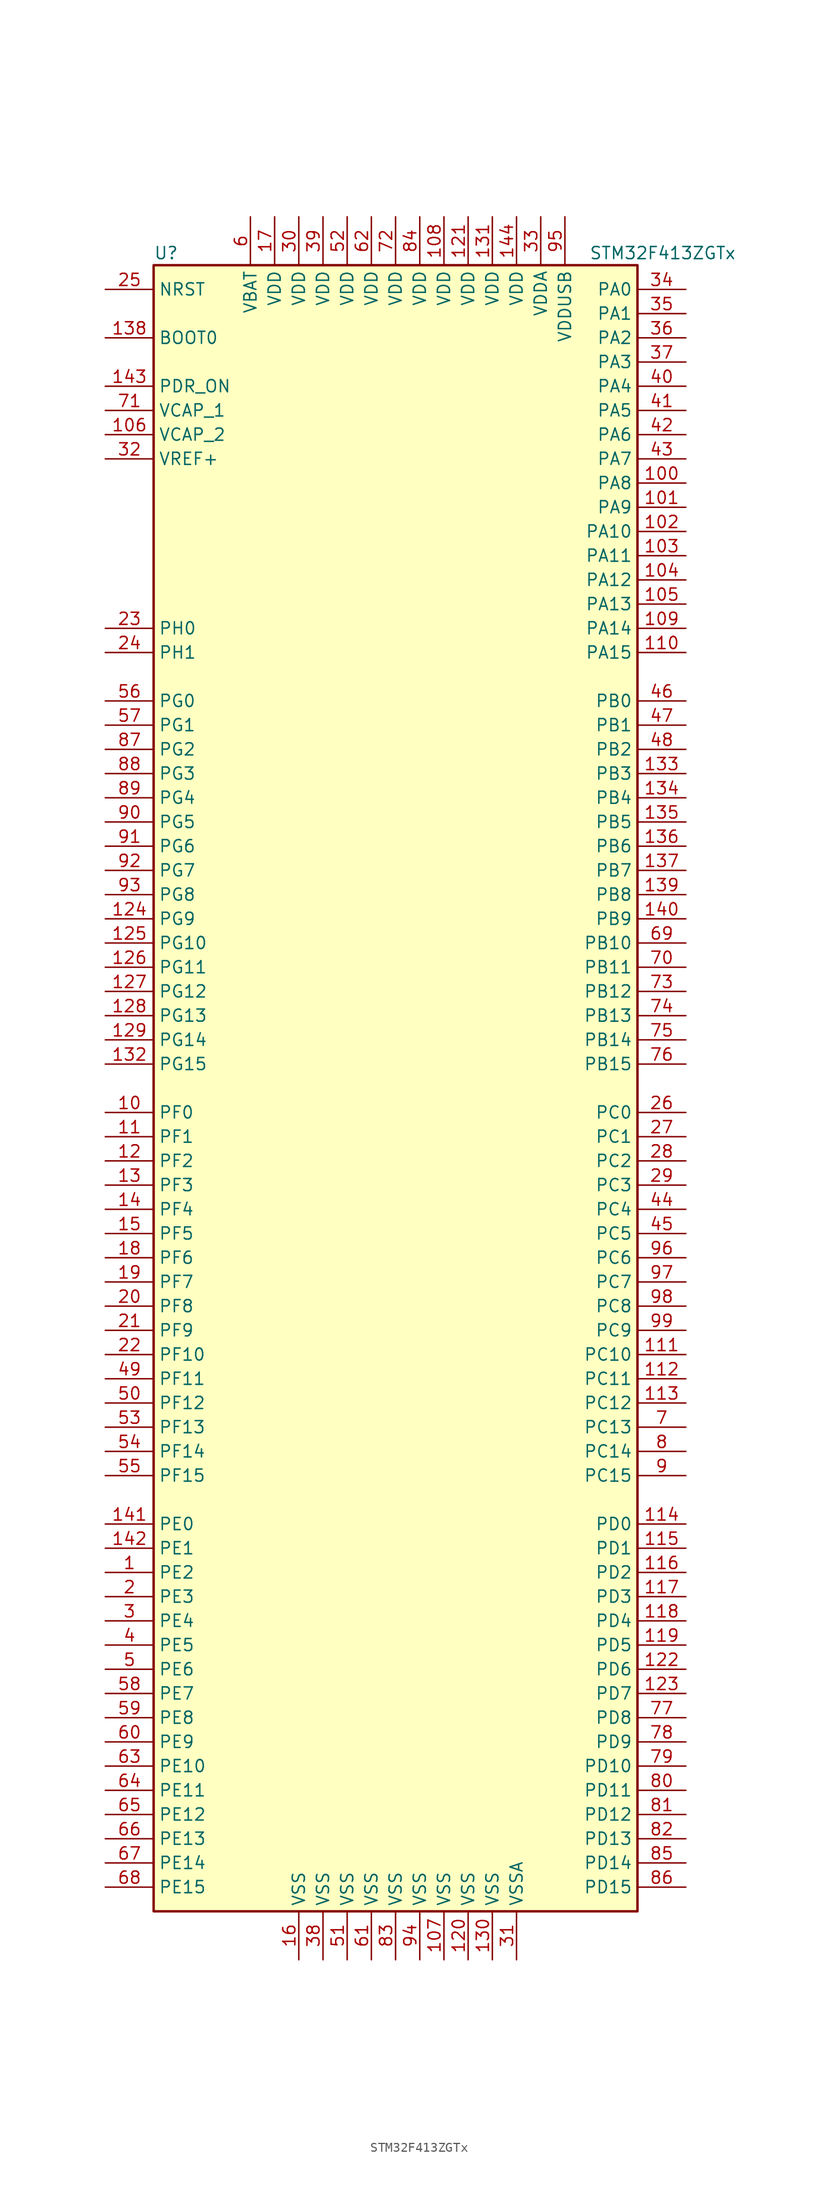
<source format=kicad_sym>
(kicad_symbol_lib
  (version 20201005)
  (generator kicad_symbol_editor)
  (symbol "STM32F413ZGTx"
    (property "Reference" "U"
      (at -25.4 87.63 0)
      (effects (font (size 1.27 1.27)) (justify left)))
    (property "Value" "STM32F413ZGTx"
      (at 20.32 87.63 0)
      (effects (font (size 1.27 1.27)) (justify left)))
    (symbol "STM32F413ZGTx_0_1"
      (rectangle (start -25.4 -86.36) (end 25.4 86.36) (stroke (width 0.254)) (fill (type background))))
    (symbol "STM32F413ZGTx_1_1"
      (pin bidirectional line (at -30.48 -50.8 0) (length 5.08) (name "PE2" (effects (font (size 1.27 1.27)))) (number "1" (effects (font (size 1.27 1.27)))))
      (pin bidirectional line (at -30.48 -2.54 0) (length 5.08) (name "PF0" (effects (font (size 1.27 1.27)))) (number "10" (effects (font (size 1.27 1.27)))))
      (pin bidirectional line (at 30.48 63.5 180) (length 5.08) (name "PA8" (effects (font (size 1.27 1.27)))) (number "100" (effects (font (size 1.27 1.27)))))
      (pin bidirectional line (at 30.48 60.96 180) (length 5.08) (name "PA9" (effects (font (size 1.27 1.27)))) (number "101" (effects (font (size 1.27 1.27)))))
      (pin bidirectional line (at 30.48 58.42 180) (length 5.08) (name "PA10" (effects (font (size 1.27 1.27)))) (number "102" (effects (font (size 1.27 1.27)))))
      (pin bidirectional line (at 30.48 55.88 180) (length 5.08) (name "PA11" (effects (font (size 1.27 1.27)))) (number "103" (effects (font (size 1.27 1.27)))))
      (pin bidirectional line (at 30.48 53.34 180) (length 5.08) (name "PA12" (effects (font (size 1.27 1.27)))) (number "104" (effects (font (size 1.27 1.27)))))
      (pin bidirectional line (at 30.48 50.8 180) (length 5.08) (name "PA13" (effects (font (size 1.27 1.27)))) (number "105" (effects (font (size 1.27 1.27)))))
      (pin power_in line (at -30.48 68.58 0) (length 5.08) (name "VCAP_2" (effects (font (size 1.27 1.27)))) (number "106" (effects (font (size 1.27 1.27)))))
      (pin power_in line (at 5.08 -91.44 90) (length 5.08) (name "VSS" (effects (font (size 1.27 1.27)))) (number "107" (effects (font (size 1.27 1.27)))))
      (pin power_in line (at 5.08 91.44 270) (length 5.08) (name "VDD" (effects (font (size 1.27 1.27)))) (number "108" (effects (font (size 1.27 1.27)))))
      (pin bidirectional line (at 30.48 48.26 180) (length 5.08) (name "PA14" (effects (font (size 1.27 1.27)))) (number "109" (effects (font (size 1.27 1.27)))))
      (pin bidirectional line (at -30.48 -5.08 0) (length 5.08) (name "PF1" (effects (font (size 1.27 1.27)))) (number "11" (effects (font (size 1.27 1.27)))))
      (pin bidirectional line (at 30.48 45.72 180) (length 5.08) (name "PA15" (effects (font (size 1.27 1.27)))) (number "110" (effects (font (size 1.27 1.27)))))
      (pin bidirectional line (at 30.48 -27.94 180) (length 5.08) (name "PC10" (effects (font (size 1.27 1.27)))) (number "111" (effects (font (size 1.27 1.27)))))
      (pin bidirectional line (at 30.48 -30.48 180) (length 5.08) (name "PC11" (effects (font (size 1.27 1.27)))) (number "112" (effects (font (size 1.27 1.27)))))
      (pin bidirectional line (at 30.48 -33.02 180) (length 5.08) (name "PC12" (effects (font (size 1.27 1.27)))) (number "113" (effects (font (size 1.27 1.27)))))
      (pin bidirectional line (at 30.48 -45.72 180) (length 5.08) (name "PD0" (effects (font (size 1.27 1.27)))) (number "114" (effects (font (size 1.27 1.27)))))
      (pin bidirectional line (at 30.48 -48.26 180) (length 5.08) (name "PD1" (effects (font (size 1.27 1.27)))) (number "115" (effects (font (size 1.27 1.27)))))
      (pin bidirectional line (at 30.48 -50.8 180) (length 5.08) (name "PD2" (effects (font (size 1.27 1.27)))) (number "116" (effects (font (size 1.27 1.27)))))
      (pin bidirectional line (at 30.48 -53.34 180) (length 5.08) (name "PD3" (effects (font (size 1.27 1.27)))) (number "117" (effects (font (size 1.27 1.27)))))
      (pin bidirectional line (at 30.48 -55.88 180) (length 5.08) (name "PD4" (effects (font (size 1.27 1.27)))) (number "118" (effects (font (size 1.27 1.27)))))
      (pin bidirectional line (at 30.48 -58.42 180) (length 5.08) (name "PD5" (effects (font (size 1.27 1.27)))) (number "119" (effects (font (size 1.27 1.27)))))
      (pin bidirectional line (at -30.48 -7.62 0) (length 5.08) (name "PF2" (effects (font (size 1.27 1.27)))) (number "12" (effects (font (size 1.27 1.27)))))
      (pin power_in line (at 7.62 -91.44 90) (length 5.08) (name "VSS" (effects (font (size 1.27 1.27)))) (number "120" (effects (font (size 1.27 1.27)))))
      (pin power_in line (at 7.62 91.44 270) (length 5.08) (name "VDD" (effects (font (size 1.27 1.27)))) (number "121" (effects (font (size 1.27 1.27)))))
      (pin bidirectional line (at 30.48 -60.96 180) (length 5.08) (name "PD6" (effects (font (size 1.27 1.27)))) (number "122" (effects (font (size 1.27 1.27)))))
      (pin bidirectional line (at 30.48 -63.5 180) (length 5.08) (name "PD7" (effects (font (size 1.27 1.27)))) (number "123" (effects (font (size 1.27 1.27)))))
      (pin bidirectional line (at -30.48 17.78 0) (length 5.08) (name "PG9" (effects (font (size 1.27 1.27)))) (number "124" (effects (font (size 1.27 1.27)))))
      (pin bidirectional line (at -30.48 15.24 0) (length 5.08) (name "PG10" (effects (font (size 1.27 1.27)))) (number "125" (effects (font (size 1.27 1.27)))))
      (pin bidirectional line (at -30.48 12.7 0) (length 5.08) (name "PG11" (effects (font (size 1.27 1.27)))) (number "126" (effects (font (size 1.27 1.27)))))
      (pin bidirectional line (at -30.48 10.16 0) (length 5.08) (name "PG12" (effects (font (size 1.27 1.27)))) (number "127" (effects (font (size 1.27 1.27)))))
      (pin bidirectional line (at -30.48 7.62 0) (length 5.08) (name "PG13" (effects (font (size 1.27 1.27)))) (number "128" (effects (font (size 1.27 1.27)))))
      (pin bidirectional line (at -30.48 5.08 0) (length 5.08) (name "PG14" (effects (font (size 1.27 1.27)))) (number "129" (effects (font (size 1.27 1.27)))))
      (pin bidirectional line (at -30.48 -10.16 0) (length 5.08) (name "PF3" (effects (font (size 1.27 1.27)))) (number "13" (effects (font (size 1.27 1.27)))))
      (pin power_in line (at 10.16 -91.44 90) (length 5.08) (name "VSS" (effects (font (size 1.27 1.27)))) (number "130" (effects (font (size 1.27 1.27)))))
      (pin power_in line (at 10.16 91.44 270) (length 5.08) (name "VDD" (effects (font (size 1.27 1.27)))) (number "131" (effects (font (size 1.27 1.27)))))
      (pin bidirectional line (at -30.48 2.54 0) (length 5.08) (name "PG15" (effects (font (size 1.27 1.27)))) (number "132" (effects (font (size 1.27 1.27)))))
      (pin bidirectional line (at 30.48 33.02 180) (length 5.08) (name "PB3" (effects (font (size 1.27 1.27)))) (number "133" (effects (font (size 1.27 1.27)))))
      (pin bidirectional line (at 30.48 30.48 180) (length 5.08) (name "PB4" (effects (font (size 1.27 1.27)))) (number "134" (effects (font (size 1.27 1.27)))))
      (pin bidirectional line (at 30.48 27.94 180) (length 5.08) (name "PB5" (effects (font (size 1.27 1.27)))) (number "135" (effects (font (size 1.27 1.27)))))
      (pin bidirectional line (at 30.48 25.4 180) (length 5.08) (name "PB6" (effects (font (size 1.27 1.27)))) (number "136" (effects (font (size 1.27 1.27)))))
      (pin bidirectional line (at 30.48 22.86 180) (length 5.08) (name "PB7" (effects (font (size 1.27 1.27)))) (number "137" (effects (font (size 1.27 1.27)))))
      (pin input line (at -30.48 78.74 0) (length 5.08) (name "BOOT0" (effects (font (size 1.27 1.27)))) (number "138" (effects (font (size 1.27 1.27)))))
      (pin bidirectional line (at 30.48 20.32 180) (length 5.08) (name "PB8" (effects (font (size 1.27 1.27)))) (number "139" (effects (font (size 1.27 1.27)))))
      (pin bidirectional line (at -30.48 -12.7 0) (length 5.08) (name "PF4" (effects (font (size 1.27 1.27)))) (number "14" (effects (font (size 1.27 1.27)))))
      (pin bidirectional line (at 30.48 17.78 180) (length 5.08) (name "PB9" (effects (font (size 1.27 1.27)))) (number "140" (effects (font (size 1.27 1.27)))))
      (pin bidirectional line (at -30.48 -45.72 0) (length 5.08) (name "PE0" (effects (font (size 1.27 1.27)))) (number "141" (effects (font (size 1.27 1.27)))))
      (pin bidirectional line (at -30.48 -48.26 0) (length 5.08) (name "PE1" (effects (font (size 1.27 1.27)))) (number "142" (effects (font (size 1.27 1.27)))))
      (pin power_in line (at -30.48 73.66 0) (length 5.08) (name "PDR_ON" (effects (font (size 1.27 1.27)))) (number "143" (effects (font (size 1.27 1.27)))))
      (pin power_in line (at 12.7 91.44 270) (length 5.08) (name "VDD" (effects (font (size 1.27 1.27)))) (number "144" (effects (font (size 1.27 1.27)))))
      (pin bidirectional line (at -30.48 -15.24 0) (length 5.08) (name "PF5" (effects (font (size 1.27 1.27)))) (number "15" (effects (font (size 1.27 1.27)))))
      (pin power_in line (at -10.16 -91.44 90) (length 5.08) (name "VSS" (effects (font (size 1.27 1.27)))) (number "16" (effects (font (size 1.27 1.27)))))
      (pin power_in line (at -12.7 91.44 270) (length 5.08) (name "VDD" (effects (font (size 1.27 1.27)))) (number "17" (effects (font (size 1.27 1.27)))))
      (pin bidirectional line (at -30.48 -17.78 0) (length 5.08) (name "PF6" (effects (font (size 1.27 1.27)))) (number "18" (effects (font (size 1.27 1.27)))))
      (pin bidirectional line (at -30.48 -20.32 0) (length 5.08) (name "PF7" (effects (font (size 1.27 1.27)))) (number "19" (effects (font (size 1.27 1.27)))))
      (pin bidirectional line (at -30.48 -53.34 0) (length 5.08) (name "PE3" (effects (font (size 1.27 1.27)))) (number "2" (effects (font (size 1.27 1.27)))))
      (pin bidirectional line (at -30.48 -22.86 0) (length 5.08) (name "PF8" (effects (font (size 1.27 1.27)))) (number "20" (effects (font (size 1.27 1.27)))))
      (pin bidirectional line (at -30.48 -25.4 0) (length 5.08) (name "PF9" (effects (font (size 1.27 1.27)))) (number "21" (effects (font (size 1.27 1.27)))))
      (pin bidirectional line (at -30.48 -27.94 0) (length 5.08) (name "PF10" (effects (font (size 1.27 1.27)))) (number "22" (effects (font (size 1.27 1.27)))))
      (pin input line (at -30.48 48.26 0) (length 5.08) (name "PH0" (effects (font (size 1.27 1.27)))) (number "23" (effects (font (size 1.27 1.27)))))
      (pin input line (at -30.48 45.72 0) (length 5.08) (name "PH1" (effects (font (size 1.27 1.27)))) (number "24" (effects (font (size 1.27 1.27)))))
      (pin input line (at -30.48 83.82 0) (length 5.08) (name "NRST" (effects (font (size 1.27 1.27)))) (number "25" (effects (font (size 1.27 1.27)))))
      (pin bidirectional line (at 30.48 -2.54 180) (length 5.08) (name "PC0" (effects (font (size 1.27 1.27)))) (number "26" (effects (font (size 1.27 1.27)))))
      (pin bidirectional line (at 30.48 -5.08 180) (length 5.08) (name "PC1" (effects (font (size 1.27 1.27)))) (number "27" (effects (font (size 1.27 1.27)))))
      (pin bidirectional line (at 30.48 -7.62 180) (length 5.08) (name "PC2" (effects (font (size 1.27 1.27)))) (number "28" (effects (font (size 1.27 1.27)))))
      (pin bidirectional line (at 30.48 -10.16 180) (length 5.08) (name "PC3" (effects (font (size 1.27 1.27)))) (number "29" (effects (font (size 1.27 1.27)))))
      (pin bidirectional line (at -30.48 -55.88 0) (length 5.08) (name "PE4" (effects (font (size 1.27 1.27)))) (number "3" (effects (font (size 1.27 1.27)))))
      (pin power_in line (at -10.16 91.44 270) (length 5.08) (name "VDD" (effects (font (size 1.27 1.27)))) (number "30" (effects (font (size 1.27 1.27)))))
      (pin power_in line (at 12.7 -91.44 90) (length 5.08) (name "VSSA" (effects (font (size 1.27 1.27)))) (number "31" (effects (font (size 1.27 1.27)))))
      (pin power_in line (at -30.48 66.04 0) (length 5.08) (name "VREF+" (effects (font (size 1.27 1.27)))) (number "32" (effects (font (size 1.27 1.27)))))
      (pin power_in line (at 15.24 91.44 270) (length 5.08) (name "VDDA" (effects (font (size 1.27 1.27)))) (number "33" (effects (font (size 1.27 1.27)))))
      (pin bidirectional line (at 30.48 83.82 180) (length 5.08) (name "PA0" (effects (font (size 1.27 1.27)))) (number "34" (effects (font (size 1.27 1.27)))))
      (pin bidirectional line (at 30.48 81.28 180) (length 5.08) (name "PA1" (effects (font (size 1.27 1.27)))) (number "35" (effects (font (size 1.27 1.27)))))
      (pin bidirectional line (at 30.48 78.74 180) (length 5.08) (name "PA2" (effects (font (size 1.27 1.27)))) (number "36" (effects (font (size 1.27 1.27)))))
      (pin bidirectional line (at 30.48 76.2 180) (length 5.08) (name "PA3" (effects (font (size 1.27 1.27)))) (number "37" (effects (font (size 1.27 1.27)))))
      (pin power_in line (at -7.62 -91.44 90) (length 5.08) (name "VSS" (effects (font (size 1.27 1.27)))) (number "38" (effects (font (size 1.27 1.27)))))
      (pin power_in line (at -7.62 91.44 270) (length 5.08) (name "VDD" (effects (font (size 1.27 1.27)))) (number "39" (effects (font (size 1.27 1.27)))))
      (pin bidirectional line (at -30.48 -58.42 0) (length 5.08) (name "PE5" (effects (font (size 1.27 1.27)))) (number "4" (effects (font (size 1.27 1.27)))))
      (pin bidirectional line (at 30.48 73.66 180) (length 5.08) (name "PA4" (effects (font (size 1.27 1.27)))) (number "40" (effects (font (size 1.27 1.27)))))
      (pin bidirectional line (at 30.48 71.12 180) (length 5.08) (name "PA5" (effects (font (size 1.27 1.27)))) (number "41" (effects (font (size 1.27 1.27)))))
      (pin bidirectional line (at 30.48 68.58 180) (length 5.08) (name "PA6" (effects (font (size 1.27 1.27)))) (number "42" (effects (font (size 1.27 1.27)))))
      (pin bidirectional line (at 30.48 66.04 180) (length 5.08) (name "PA7" (effects (font (size 1.27 1.27)))) (number "43" (effects (font (size 1.27 1.27)))))
      (pin bidirectional line (at 30.48 -12.7 180) (length 5.08) (name "PC4" (effects (font (size 1.27 1.27)))) (number "44" (effects (font (size 1.27 1.27)))))
      (pin bidirectional line (at 30.48 -15.24 180) (length 5.08) (name "PC5" (effects (font (size 1.27 1.27)))) (number "45" (effects (font (size 1.27 1.27)))))
      (pin bidirectional line (at 30.48 40.64 180) (length 5.08) (name "PB0" (effects (font (size 1.27 1.27)))) (number "46" (effects (font (size 1.27 1.27)))))
      (pin bidirectional line (at 30.48 38.1 180) (length 5.08) (name "PB1" (effects (font (size 1.27 1.27)))) (number "47" (effects (font (size 1.27 1.27)))))
      (pin bidirectional line (at 30.48 35.56 180) (length 5.08) (name "PB2" (effects (font (size 1.27 1.27)))) (number "48" (effects (font (size 1.27 1.27)))))
      (pin bidirectional line (at -30.48 -30.48 0) (length 5.08) (name "PF11" (effects (font (size 1.27 1.27)))) (number "49" (effects (font (size 1.27 1.27)))))
      (pin bidirectional line (at -30.48 -60.96 0) (length 5.08) (name "PE6" (effects (font (size 1.27 1.27)))) (number "5" (effects (font (size 1.27 1.27)))))
      (pin bidirectional line (at -30.48 -33.02 0) (length 5.08) (name "PF12" (effects (font (size 1.27 1.27)))) (number "50" (effects (font (size 1.27 1.27)))))
      (pin power_in line (at -5.08 -91.44 90) (length 5.08) (name "VSS" (effects (font (size 1.27 1.27)))) (number "51" (effects (font (size 1.27 1.27)))))
      (pin power_in line (at -5.08 91.44 270) (length 5.08) (name "VDD" (effects (font (size 1.27 1.27)))) (number "52" (effects (font (size 1.27 1.27)))))
      (pin bidirectional line (at -30.48 -35.56 0) (length 5.08) (name "PF13" (effects (font (size 1.27 1.27)))) (number "53" (effects (font (size 1.27 1.27)))))
      (pin bidirectional line (at -30.48 -38.1 0) (length 5.08) (name "PF14" (effects (font (size 1.27 1.27)))) (number "54" (effects (font (size 1.27 1.27)))))
      (pin bidirectional line (at -30.48 -40.64 0) (length 5.08) (name "PF15" (effects (font (size 1.27 1.27)))) (number "55" (effects (font (size 1.27 1.27)))))
      (pin bidirectional line (at -30.48 40.64 0) (length 5.08) (name "PG0" (effects (font (size 1.27 1.27)))) (number "56" (effects (font (size 1.27 1.27)))))
      (pin bidirectional line (at -30.48 38.1 0) (length 5.08) (name "PG1" (effects (font (size 1.27 1.27)))) (number "57" (effects (font (size 1.27 1.27)))))
      (pin bidirectional line (at -30.48 -63.5 0) (length 5.08) (name "PE7" (effects (font (size 1.27 1.27)))) (number "58" (effects (font (size 1.27 1.27)))))
      (pin bidirectional line (at -30.48 -66.04 0) (length 5.08) (name "PE8" (effects (font (size 1.27 1.27)))) (number "59" (effects (font (size 1.27 1.27)))))
      (pin power_in line (at -15.24 91.44 270) (length 5.08) (name "VBAT" (effects (font (size 1.27 1.27)))) (number "6" (effects (font (size 1.27 1.27)))))
      (pin bidirectional line (at -30.48 -68.58 0) (length 5.08) (name "PE9" (effects (font (size 1.27 1.27)))) (number "60" (effects (font (size 1.27 1.27)))))
      (pin power_in line (at -2.54 -91.44 90) (length 5.08) (name "VSS" (effects (font (size 1.27 1.27)))) (number "61" (effects (font (size 1.27 1.27)))))
      (pin power_in line (at -2.54 91.44 270) (length 5.08) (name "VDD" (effects (font (size 1.27 1.27)))) (number "62" (effects (font (size 1.27 1.27)))))
      (pin bidirectional line (at -30.48 -71.12 0) (length 5.08) (name "PE10" (effects (font (size 1.27 1.27)))) (number "63" (effects (font (size 1.27 1.27)))))
      (pin bidirectional line (at -30.48 -73.66 0) (length 5.08) (name "PE11" (effects (font (size 1.27 1.27)))) (number "64" (effects (font (size 1.27 1.27)))))
      (pin bidirectional line (at -30.48 -76.2 0) (length 5.08) (name "PE12" (effects (font (size 1.27 1.27)))) (number "65" (effects (font (size 1.27 1.27)))))
      (pin bidirectional line (at -30.48 -78.74 0) (length 5.08) (name "PE13" (effects (font (size 1.27 1.27)))) (number "66" (effects (font (size 1.27 1.27)))))
      (pin bidirectional line (at -30.48 -81.28 0) (length 5.08) (name "PE14" (effects (font (size 1.27 1.27)))) (number "67" (effects (font (size 1.27 1.27)))))
      (pin bidirectional line (at -30.48 -83.82 0) (length 5.08) (name "PE15" (effects (font (size 1.27 1.27)))) (number "68" (effects (font (size 1.27 1.27)))))
      (pin bidirectional line (at 30.48 15.24 180) (length 5.08) (name "PB10" (effects (font (size 1.27 1.27)))) (number "69" (effects (font (size 1.27 1.27)))))
      (pin bidirectional line (at 30.48 -35.56 180) (length 5.08) (name "PC13" (effects (font (size 1.27 1.27)))) (number "7" (effects (font (size 1.27 1.27)))))
      (pin bidirectional line (at 30.48 12.7 180) (length 5.08) (name "PB11" (effects (font (size 1.27 1.27)))) (number "70" (effects (font (size 1.27 1.27)))))
      (pin power_in line (at -30.48 71.12 0) (length 5.08) (name "VCAP_1" (effects (font (size 1.27 1.27)))) (number "71" (effects (font (size 1.27 1.27)))))
      (pin power_in line (at 0 91.44 270) (length 5.08) (name "VDD" (effects (font (size 1.27 1.27)))) (number "72" (effects (font (size 1.27 1.27)))))
      (pin bidirectional line (at 30.48 10.16 180) (length 5.08) (name "PB12" (effects (font (size 1.27 1.27)))) (number "73" (effects (font (size 1.27 1.27)))))
      (pin bidirectional line (at 30.48 7.62 180) (length 5.08) (name "PB13" (effects (font (size 1.27 1.27)))) (number "74" (effects (font (size 1.27 1.27)))))
      (pin bidirectional line (at 30.48 5.08 180) (length 5.08) (name "PB14" (effects (font (size 1.27 1.27)))) (number "75" (effects (font (size 1.27 1.27)))))
      (pin bidirectional line (at 30.48 2.54 180) (length 5.08) (name "PB15" (effects (font (size 1.27 1.27)))) (number "76" (effects (font (size 1.27 1.27)))))
      (pin bidirectional line (at 30.48 -66.04 180) (length 5.08) (name "PD8" (effects (font (size 1.27 1.27)))) (number "77" (effects (font (size 1.27 1.27)))))
      (pin bidirectional line (at 30.48 -68.58 180) (length 5.08) (name "PD9" (effects (font (size 1.27 1.27)))) (number "78" (effects (font (size 1.27 1.27)))))
      (pin bidirectional line (at 30.48 -71.12 180) (length 5.08) (name "PD10" (effects (font (size 1.27 1.27)))) (number "79" (effects (font (size 1.27 1.27)))))
      (pin bidirectional line (at 30.48 -38.1 180) (length 5.08) (name "PC14" (effects (font (size 1.27 1.27)))) (number "8" (effects (font (size 1.27 1.27)))))
      (pin bidirectional line (at 30.48 -73.66 180) (length 5.08) (name "PD11" (effects (font (size 1.27 1.27)))) (number "80" (effects (font (size 1.27 1.27)))))
      (pin bidirectional line (at 30.48 -76.2 180) (length 5.08) (name "PD12" (effects (font (size 1.27 1.27)))) (number "81" (effects (font (size 1.27 1.27)))))
      (pin bidirectional line (at 30.48 -78.74 180) (length 5.08) (name "PD13" (effects (font (size 1.27 1.27)))) (number "82" (effects (font (size 1.27 1.27)))))
      (pin power_in line (at 0 -91.44 90) (length 5.08) (name "VSS" (effects (font (size 1.27 1.27)))) (number "83" (effects (font (size 1.27 1.27)))))
      (pin power_in line (at 2.54 91.44 270) (length 5.08) (name "VDD" (effects (font (size 1.27 1.27)))) (number "84" (effects (font (size 1.27 1.27)))))
      (pin bidirectional line (at 30.48 -81.28 180) (length 5.08) (name "PD14" (effects (font (size 1.27 1.27)))) (number "85" (effects (font (size 1.27 1.27)))))
      (pin bidirectional line (at 30.48 -83.82 180) (length 5.08) (name "PD15" (effects (font (size 1.27 1.27)))) (number "86" (effects (font (size 1.27 1.27)))))
      (pin bidirectional line (at -30.48 35.56 0) (length 5.08) (name "PG2" (effects (font (size 1.27 1.27)))) (number "87" (effects (font (size 1.27 1.27)))))
      (pin bidirectional line (at -30.48 33.02 0) (length 5.08) (name "PG3" (effects (font (size 1.27 1.27)))) (number "88" (effects (font (size 1.27 1.27)))))
      (pin bidirectional line (at -30.48 30.48 0) (length 5.08) (name "PG4" (effects (font (size 1.27 1.27)))) (number "89" (effects (font (size 1.27 1.27)))))
      (pin bidirectional line (at 30.48 -40.64 180) (length 5.08) (name "PC15" (effects (font (size 1.27 1.27)))) (number "9" (effects (font (size 1.27 1.27)))))
      (pin bidirectional line (at -30.48 27.94 0) (length 5.08) (name "PG5" (effects (font (size 1.27 1.27)))) (number "90" (effects (font (size 1.27 1.27)))))
      (pin bidirectional line (at -30.48 25.4 0) (length 5.08) (name "PG6" (effects (font (size 1.27 1.27)))) (number "91" (effects (font (size 1.27 1.27)))))
      (pin bidirectional line (at -30.48 22.86 0) (length 5.08) (name "PG7" (effects (font (size 1.27 1.27)))) (number "92" (effects (font (size 1.27 1.27)))))
      (pin bidirectional line (at -30.48 20.32 0) (length 5.08) (name "PG8" (effects (font (size 1.27 1.27)))) (number "93" (effects (font (size 1.27 1.27)))))
      (pin power_in line (at 2.54 -91.44 90) (length 5.08) (name "VSS" (effects (font (size 1.27 1.27)))) (number "94" (effects (font (size 1.27 1.27)))))
      (pin power_in line (at 17.78 91.44 270) (length 5.08) (name "VDDUSB" (effects (font (size 1.27 1.27)))) (number "95" (effects (font (size 1.27 1.27)))))
      (pin bidirectional line (at 30.48 -17.78 180) (length 5.08) (name "PC6" (effects (font (size 1.27 1.27)))) (number "96" (effects (font (size 1.27 1.27)))))
      (pin bidirectional line (at 30.48 -20.32 180) (length 5.08) (name "PC7" (effects (font (size 1.27 1.27)))) (number "97" (effects (font (size 1.27 1.27)))))
      (pin bidirectional line (at 30.48 -22.86 180) (length 5.08) (name "PC8" (effects (font (size 1.27 1.27)))) (number "98" (effects (font (size 1.27 1.27)))))
      (pin bidirectional line (at 30.48 -25.4 180) (length 5.08) (name "PC9" (effects (font (size 1.27 1.27)))) (number "99" (effects (font (size 1.27 1.27))))))))
</source>
